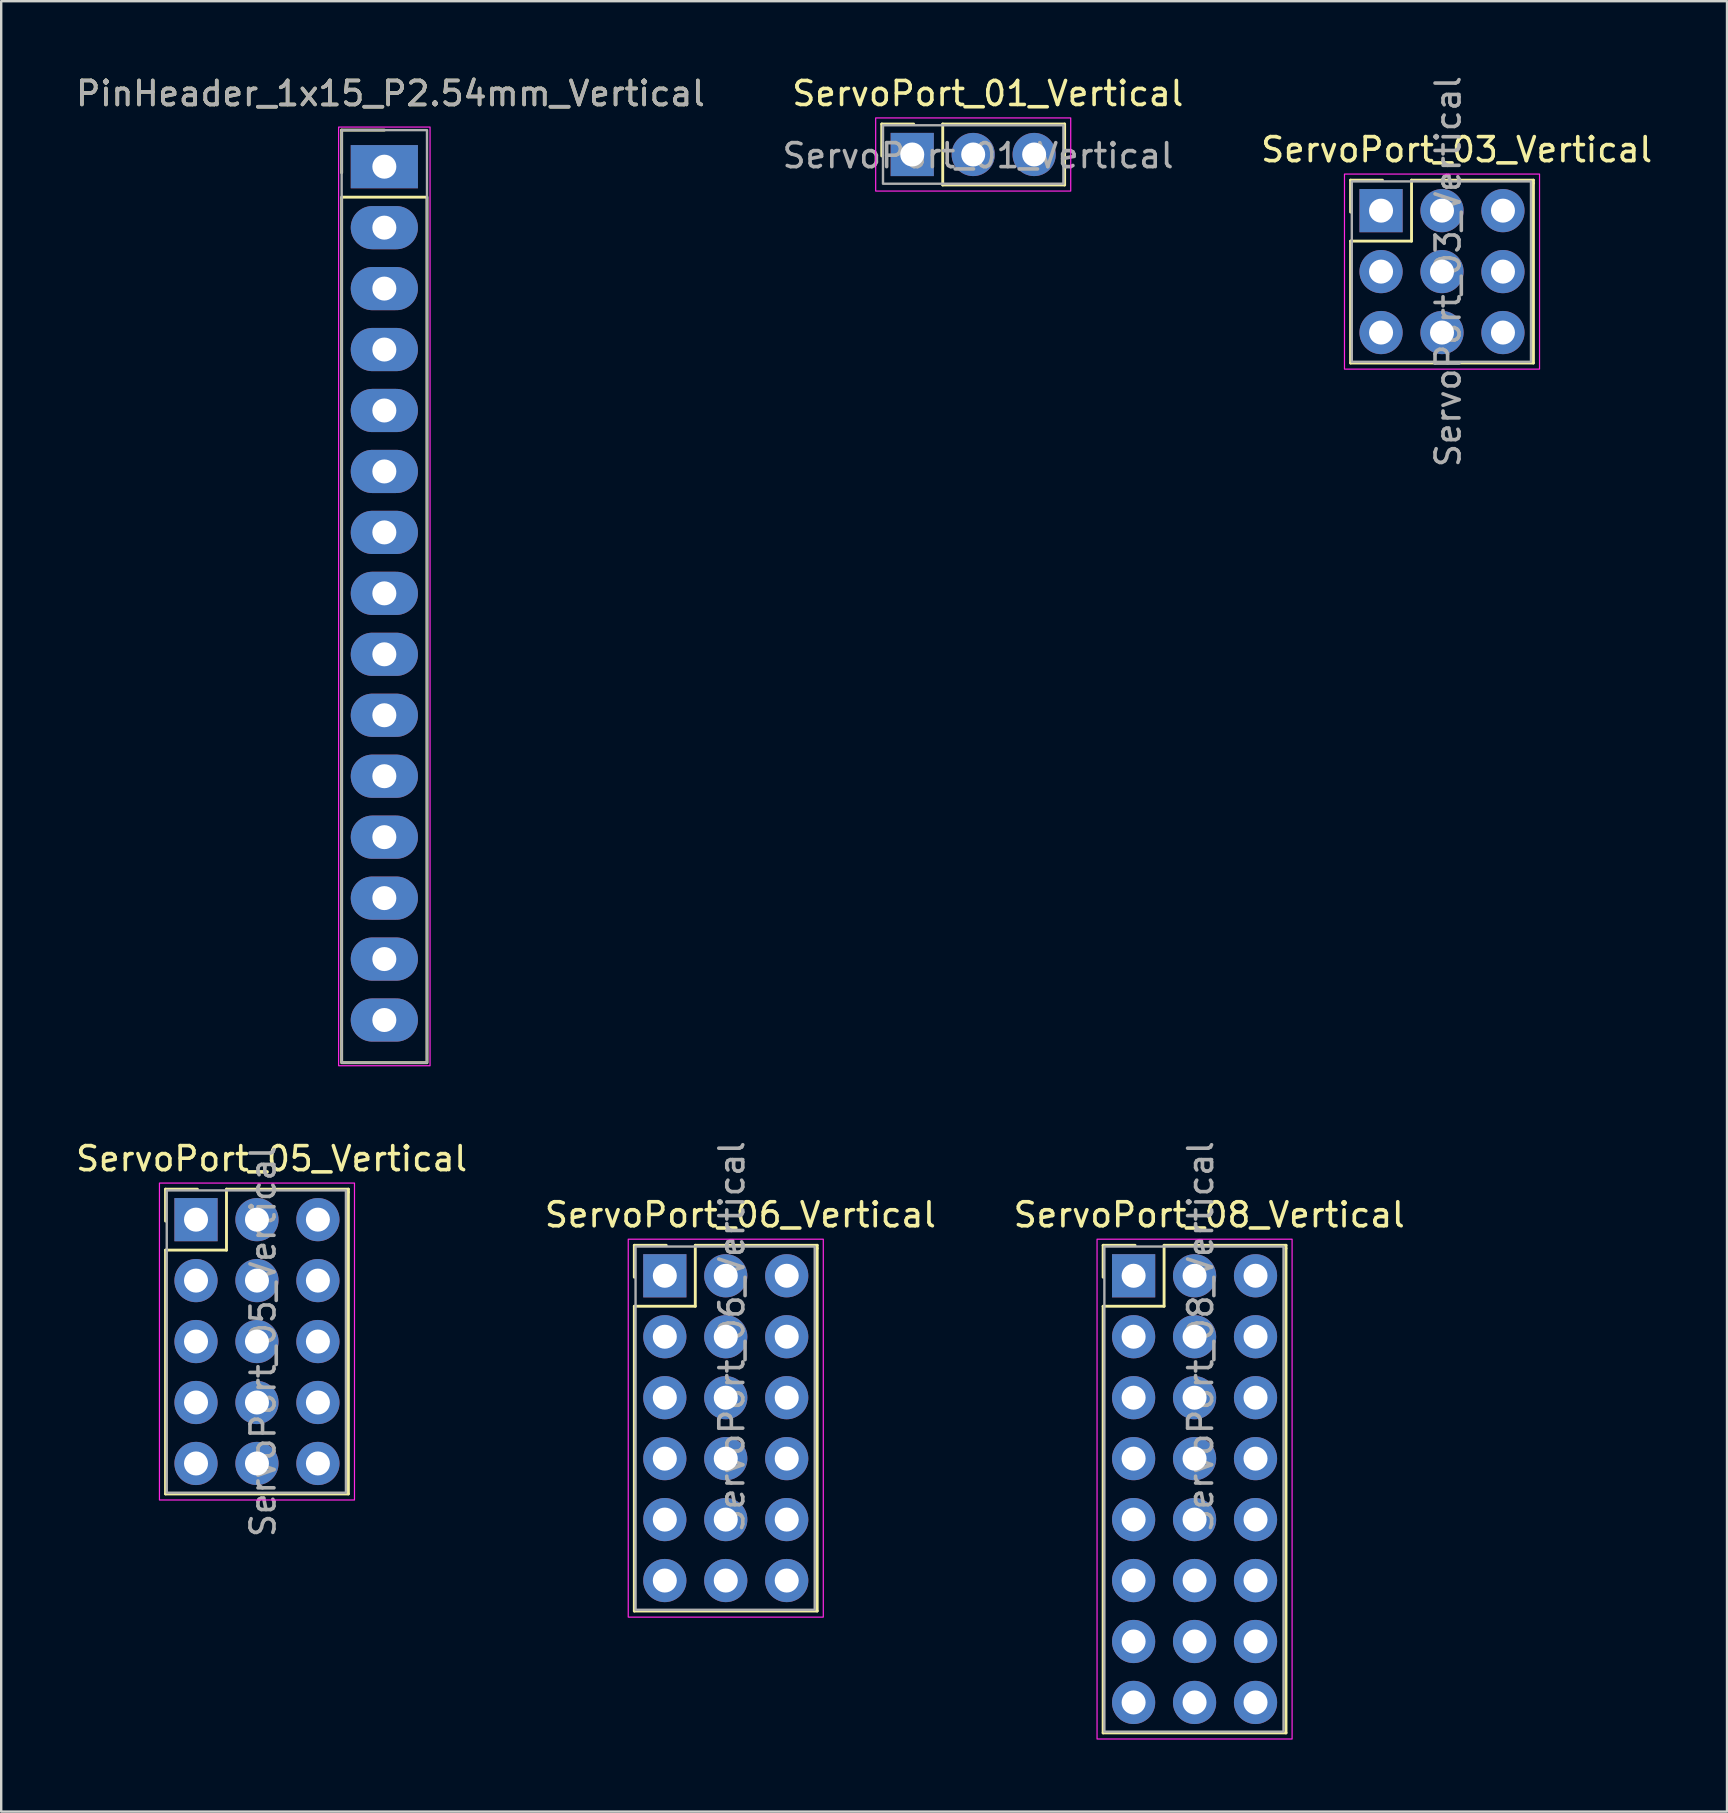
<source format=kicad_pcb>
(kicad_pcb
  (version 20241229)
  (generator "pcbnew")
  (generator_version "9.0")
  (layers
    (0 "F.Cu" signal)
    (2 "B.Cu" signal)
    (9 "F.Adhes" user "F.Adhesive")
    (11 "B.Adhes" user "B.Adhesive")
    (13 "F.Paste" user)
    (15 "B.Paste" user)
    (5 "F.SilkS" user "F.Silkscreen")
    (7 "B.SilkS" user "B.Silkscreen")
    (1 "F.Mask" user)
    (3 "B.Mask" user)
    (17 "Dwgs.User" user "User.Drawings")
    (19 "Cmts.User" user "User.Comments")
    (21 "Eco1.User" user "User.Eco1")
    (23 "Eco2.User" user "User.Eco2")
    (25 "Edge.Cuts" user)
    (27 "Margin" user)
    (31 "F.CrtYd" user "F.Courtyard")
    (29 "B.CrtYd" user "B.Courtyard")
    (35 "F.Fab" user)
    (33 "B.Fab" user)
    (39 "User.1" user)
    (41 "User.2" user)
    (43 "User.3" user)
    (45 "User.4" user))
  (footprint "ServoPort_01_Vertical"
    (layer "F.Cu")
    (at 34.965 3.388)
    (property "Reference" "ServoPort_01_Vertical" (at 3.15 -2.54 0) (unlocked yes) (layer "F.SilkS") (effects (font (size 1 1) (thickness 0.15))))
    (attr through_hole)
    (fp_line (start -1.27 -1.27) (end 0.06 -1.27) (stroke (width 0.12) (type solid)) (layer "F.SilkS"))
    (fp_line (start -1.27 0.06) (end -1.27 -1.27) (stroke (width 0.12) (type solid)) (layer "F.SilkS"))
    (fp_line (start 1.27 -1.27) (end 1.27 1.27) (stroke (width 0.12) (type solid)) (layer "F.SilkS"))
    (fp_line (start 1.27 1.27) (end 6.35 1.27) (stroke (width 0.12) (type solid)) (layer "F.SilkS"))
    (fp_line (start 6.35 -1.27) (end 1.27 -1.27) (stroke (width 0.12) (type solid)) (layer "F.SilkS"))
    (fp_line (start 6.35 -1.143) (end 6.35 -1.27) (stroke (width 0.12) (type solid)) (layer "F.SilkS"))
    (fp_line (start 6.35 -1.143) (end 6.35 1.27) (stroke (width 0.12) (type solid)) (layer "F.SilkS"))
    (fp_rect (start -1.524 -1.524) (end 6.604 1.524) (stroke (width 0.05) (type solid)) (fill no) (layer "F.CrtYd"))
    (fp_rect (start -1.219 -1.219) (end 6.299 1.219) (stroke (width 0.1) (type solid)) (fill no) (layer "F.Fab"))
    (fp_text user "${REFERENCE}" (at 2.743 0.051 0) (unlocked yes) (layer "F.Fab") (effects (font (size 1 1) (thickness 0.15))))
    (pad "1" thru_hole rect (at 0 0) (size 1.8 1.8) (drill 1) (layers "*.Cu" "*.Mask"))
    (pad "GND" thru_hole circle (at 5.08 0) (size 1.8 1.8) (drill 1) (layers "*.Cu" "*.Mask"))
    (pad "VCC" thru_hole circle (at 2.54 0) (size 1.8 1.8) (drill 1) (layers "*.Cu" "*.Mask")))
  (footprint "ServoPort_05_Vertical"
    (layer "F.Cu")
    (at 5.118 47.775)
    (property "Reference" "ServoPort_05_Vertical" (at 3.15 -2.54 0) (unlocked yes) (layer "F.SilkS") (effects (font (size 1 1) (thickness 0.15))))
    (attr through_hole)
    (fp_line (start -1.27 -1.27) (end 0.06 -1.27) (stroke (width 0.12) (type solid)) (layer "F.SilkS"))
    (fp_line (start -1.27 0.06) (end -1.27 -1.27) (stroke (width 0.12) (type solid)) (layer "F.SilkS"))
    (fp_line (start -1.27 1.27) (end -1.27 11.43) (stroke (width 0.12) (type solid)) (layer "F.SilkS"))
    (fp_line (start -1.27 11.43) (end 6.35 11.43) (stroke (width 0.12) (type solid)) (layer "F.SilkS"))
    (fp_line (start 1.27 -1.27) (end 1.27 1.27) (stroke (width 0.12) (type solid)) (layer "F.SilkS"))
    (fp_line (start 1.27 1.27) (end -1.27 1.27) (stroke (width 0.12) (type solid)) (layer "F.SilkS"))
    (fp_line (start 6.35 -1.27) (end 1.27 -1.27) (stroke (width 0.12) (type solid)) (layer "F.SilkS"))
    (fp_line (start 6.35 -1.143) (end 6.35 -1.27) (stroke (width 0.12) (type solid)) (layer "F.SilkS"))
    (fp_line (start 6.35 11.43) (end 6.35 -1.143) (stroke (width 0.12) (type solid)) (layer "F.SilkS"))
    (fp_rect (start -1.524 -1.524) (end 6.604 11.684) (stroke (width 0.05) (type solid)) (fill no) (layer "F.CrtYd"))
    (fp_rect (start -1.219 -1.219) (end 6.248 11.379) (stroke (width 0.1) (type solid)) (fill no) (layer "F.Fab"))
    (fp_text user "${REFERENCE}" (at 2.794 5.08 90) (unlocked yes) (layer "F.Fab") (effects (font (size 1 1) (thickness 0.15))))
    (pad "1" thru_hole rect (at 0 0) (size 1.8 1.8) (drill 1) (layers "*.Cu" "*.Mask"))
    (pad "2" thru_hole circle (at 0 2.54) (size 1.8 1.8) (drill 1) (layers "*.Cu" "*.Mask"))
    (pad "3" thru_hole circle (at 0 5.08) (size 1.8 1.8) (drill 1) (layers "*.Cu" "*.Mask"))
    (pad "4" thru_hole circle (at 0 7.62) (size 1.8 1.8) (drill 1) (layers "*.Cu" "*.Mask"))
    (pad "5" thru_hole circle (at 0 10.16) (size 1.8 1.8) (drill 1) (layers "*.Cu" "*.Mask"))
    (pad "GND" thru_hole circle (at 5.08 0) (size 1.8 1.8) (drill 1) (layers "*.Cu" "*.Mask"))
    (pad "GND" thru_hole circle (at 5.08 2.54) (size 1.8 1.8) (drill 1) (layers "*.Cu" "*.Mask"))
    (pad "GND" thru_hole circle (at 5.08 5.08) (size 1.8 1.8) (drill 1) (layers "*.Cu" "*.Mask"))
    (pad "GND" thru_hole circle (at 5.08 7.62) (size 1.8 1.8) (drill 1) (layers "*.Cu" "*.Mask"))
    (pad "GND" thru_hole circle (at 5.08 10.16) (size 1.8 1.8) (drill 1) (layers "*.Cu" "*.Mask"))
    (pad "VCC" thru_hole circle (at 2.54 0) (size 1.8 1.8) (drill 1) (layers "*.Cu" "*.Mask"))
    (pad "VCC" thru_hole circle (at 2.54 2.54) (size 1.8 1.8) (drill 1) (layers "*.Cu" "*.Mask"))
    (pad "VCC" thru_hole circle (at 2.54 5.08) (size 1.8 1.8) (drill 1) (layers "*.Cu" "*.Mask"))
    (pad "VCC" thru_hole circle (at 2.54 7.62) (size 1.8 1.8) (drill 1) (layers "*.Cu" "*.Mask"))
    (pad "VCC" thru_hole circle (at 2.54 10.16) (size 1.8 1.8) (drill 1) (layers "*.Cu" "*.Mask")))
  (footprint "ServoPort_03_Vertical"
    (layer "F.Cu")
    (at 54.501 5.728)
    (property "Reference" "ServoPort_03_Vertical" (at 3.15 -2.54 0) (unlocked yes) (layer "F.SilkS") (effects (font (size 1 1) (thickness 0.15))))
    (attr through_hole)
    (fp_line (start -1.27 -1.27) (end 0.06 -1.27) (stroke (width 0.12) (type solid)) (layer "F.SilkS"))
    (fp_line (start -1.27 0.06) (end -1.27 -1.27) (stroke (width 0.12) (type solid)) (layer "F.SilkS"))
    (fp_line (start -1.27 1.27) (end -1.27 6.35) (stroke (width 0.12) (type solid)) (layer "F.SilkS"))
    (fp_line (start -1.27 6.35) (end 6.35 6.35) (stroke (width 0.12) (type solid)) (layer "F.SilkS"))
    (fp_line (start 1.27 -1.27) (end 1.27 1.27) (stroke (width 0.12) (type solid)) (layer "F.SilkS"))
    (fp_line (start 1.27 1.27) (end -1.27 1.27) (stroke (width 0.12) (type solid)) (layer "F.SilkS"))
    (fp_line (start 6.35 -1.27) (end 1.27 -1.27) (stroke (width 0.12) (type solid)) (layer "F.SilkS"))
    (fp_line (start 6.35 -1.143) (end 6.35 -1.27) (stroke (width 0.12) (type solid)) (layer "F.SilkS"))
    (fp_line (start 6.35 6.35) (end 6.35 -1.143) (stroke (width 0.12) (type solid)) (layer "F.SilkS"))
    (fp_rect (start -1.524 -1.524) (end 6.604 6.604) (stroke (width 0.05) (type solid)) (fill no) (layer "F.CrtYd"))
    (fp_rect (start -1.219 -1.219) (end 6.248 6.299) (stroke (width 0.1) (type solid)) (fill no) (layer "F.Fab"))
    (fp_text user "${REFERENCE}" (at 2.794 2.54 90) (unlocked yes) (layer "F.Fab") (effects (font (size 1 1) (thickness 0.15))))
    (pad "1" thru_hole rect (at 0 0) (size 1.8 1.8) (drill 1) (layers "*.Cu" "*.Mask"))
    (pad "2" thru_hole circle (at 0 2.54) (size 1.8 1.8) (drill 1) (layers "*.Cu" "*.Mask"))
    (pad "3" thru_hole circle (at 0 5.08) (size 1.8 1.8) (drill 1) (layers "*.Cu" "*.Mask"))
    (pad "GND" thru_hole circle (at 5.08 0) (size 1.8 1.8) (drill 1) (layers "*.Cu" "*.Mask"))
    (pad "GND" thru_hole circle (at 5.08 2.54) (size 1.8 1.8) (drill 1) (layers "*.Cu" "*.Mask"))
    (pad "GND" thru_hole circle (at 5.08 5.08) (size 1.8 1.8) (drill 1) (layers "*.Cu" "*.Mask"))
    (pad "VCC" thru_hole circle (at 2.54 0) (size 1.8 1.8) (drill 1) (layers "*.Cu" "*.Mask"))
    (pad "VCC" thru_hole circle (at 2.54 2.54) (size 1.8 1.8) (drill 1) (layers "*.Cu" "*.Mask"))
    (pad "VCC" thru_hole circle (at 2.54 5.08) (size 1.8 1.8) (drill 1) (layers "*.Cu" "*.Mask")))
  (footprint "PinHeader_1x15_P2.54mm_Vertical"
    (layer "F.Cu")
    (at 12.966 3.896)
    (property "Reference" "PinHeader_1x15_P2.54mm_Vertical" (at 0.254 -3.048 0) (unlocked yes) (layer "F.SilkS") (effects (font (size 1 1) (thickness 0.15))))
    (attr through_hole)
    (fp_line (start -1.778 -1.524) (end 0 -1.524) (stroke (width 0.12) (type solid)) (layer "F.SilkS"))
    (fp_line (start -1.778 0.254) (end -1.778 -1.524) (stroke (width 0.12) (type solid)) (layer "F.SilkS"))
    (fp_rect (start -1.778 1.27) (end 1.778 37.338) (stroke (width 0.12) (type solid)) (fill no) (layer "F.SilkS"))
    (fp_rect (start -1.905 -1.651) (end 1.905 37.465) (stroke (width 0.05) (type solid)) (fill no) (layer "F.CrtYd"))
    (fp_rect (start -1.778 -1.524) (end 1.778 37.338) (stroke (width 0.1) (type solid)) (fill no) (layer "F.Fab"))
    (fp_text user "${REFERENCE}" (at 0.254 -3.048 0) (unlocked yes) (layer "F.Fab") (effects (font (size 1 1) (thickness 0.15))))
    (pad "1" thru_hole rect (at 0 0) (size 2.8 1.8) (drill 1) (layers "*.Cu" "*.Mask"))
    (pad "2" thru_hole oval (at 0 2.54) (size 2.8 1.8) (drill 1) (layers "*.Cu" "*.Mask"))
    (pad "3" thru_hole oval (at 0 5.08) (size 2.8 1.8) (drill 1) (layers "*.Cu" "*.Mask"))
    (pad "4" thru_hole oval (at 0 7.62) (size 2.8 1.8) (drill 1) (layers "*.Cu" "*.Mask"))
    (pad "5" thru_hole oval (at 0 10.16) (size 2.8 1.8) (drill 1) (layers "*.Cu" "*.Mask"))
    (pad "6" thru_hole oval (at 0 12.7) (size 2.8 1.8) (drill 1) (layers "*.Cu" "*.Mask"))
    (pad "7" thru_hole oval (at 0 15.24) (size 2.8 1.8) (drill 1) (layers "*.Cu" "*.Mask"))
    (pad "8" thru_hole oval (at 0 17.78) (size 2.8 1.8) (drill 1) (layers "*.Cu" "*.Mask"))
    (pad "9" thru_hole oval (at 0 20.32) (size 2.8 1.8) (drill 1) (layers "*.Cu" "*.Mask"))
    (pad "10" thru_hole oval (at 0 22.86) (size 2.8 1.8) (drill 1) (layers "*.Cu" "*.Mask"))
    (pad "11" thru_hole oval (at 0 25.4) (size 2.8 1.8) (drill 1) (layers "*.Cu" "*.Mask"))
    (pad "12" thru_hole oval (at 0 27.94) (size 2.8 1.8) (drill 1) (layers "*.Cu" "*.Mask"))
    (pad "13" thru_hole oval (at 0 30.48) (size 2.8 1.8) (drill 1) (layers "*.Cu" "*.Mask"))
    (pad "14" thru_hole oval (at 0 33.02) (size 2.8 1.8) (drill 1) (layers "*.Cu" "*.Mask"))
    (pad "15" thru_hole oval (at 0 35.56) (size 2.8 1.8) (drill 1) (layers "*.Cu" "*.Mask")))
  (footprint "ServoPort_06_Vertical"
    (layer "F.Cu")
    (at 24.654 50.114)
    (property "Reference" "ServoPort_06_Vertical" (at 3.15 -2.54 0) (unlocked yes) (layer "F.SilkS") (effects (font (size 1 1) (thickness 0.15))))
    (attr through_hole)
    (fp_line (start -1.27 -1.27) (end 0.06 -1.27) (stroke (width 0.12) (type solid)) (layer "F.SilkS"))
    (fp_line (start -1.27 0.06) (end -1.27 -1.27) (stroke (width 0.12) (type solid)) (layer "F.SilkS"))
    (fp_line (start -1.27 1.27) (end -1.27 13.97) (stroke (width 0.12) (type solid)) (layer "F.SilkS"))
    (fp_line (start -1.27 13.97) (end 6.35 13.97) (stroke (width 0.12) (type solid)) (layer "F.SilkS"))
    (fp_line (start 1.27 -1.27) (end 1.27 1.27) (stroke (width 0.12) (type solid)) (layer "F.SilkS"))
    (fp_line (start 1.27 1.27) (end -1.27 1.27) (stroke (width 0.12) (type solid)) (layer "F.SilkS"))
    (fp_line (start 6.35 -1.27) (end 1.27 -1.27) (stroke (width 0.12) (type solid)) (layer "F.SilkS"))
    (fp_line (start 6.35 -1.143) (end 6.35 -1.27) (stroke (width 0.12) (type solid)) (layer "F.SilkS"))
    (fp_line (start 6.35 13.97) (end 6.35 -1.143) (stroke (width 0.12) (type solid)) (layer "F.SilkS"))
    (fp_rect (start -1.524 -1.524) (end 6.604 14.224) (stroke (width 0.05) (type solid)) (fill no) (layer "F.CrtYd"))
    (fp_rect (start -1.219 -1.219) (end 6.248 13.919) (stroke (width 0.1) (type solid)) (fill no) (layer "F.Fab"))
    (fp_text user "${REFERENCE}" (at 2.794 2.54 90) (unlocked yes) (layer "F.Fab") (effects (font (size 1 1) (thickness 0.15))))
    (pad "1" thru_hole rect (at 0 0) (size 1.8 1.8) (drill 1) (layers "*.Cu" "*.Mask"))
    (pad "2" thru_hole circle (at 0 2.54) (size 1.8 1.8) (drill 1) (layers "*.Cu" "*.Mask"))
    (pad "3" thru_hole circle (at 0 5.08) (size 1.8 1.8) (drill 1) (layers "*.Cu" "*.Mask"))
    (pad "4" thru_hole circle (at 0 7.62) (size 1.8 1.8) (drill 1) (layers "*.Cu" "*.Mask"))
    (pad "5" thru_hole circle (at 0 10.16) (size 1.8 1.8) (drill 1) (layers "*.Cu" "*.Mask"))
    (pad "6" thru_hole circle (at 0 12.7) (size 1.8 1.8) (drill 1) (layers "*.Cu" "*.Mask"))
    (pad "GND" thru_hole circle (at 5.08 0) (size 1.8 1.8) (drill 1) (layers "*.Cu" "*.Mask"))
    (pad "GND" thru_hole circle (at 5.08 2.54) (size 1.8 1.8) (drill 1) (layers "*.Cu" "*.Mask"))
    (pad "GND" thru_hole circle (at 5.08 5.08) (size 1.8 1.8) (drill 1) (layers "*.Cu" "*.Mask"))
    (pad "GND" thru_hole circle (at 5.08 7.62) (size 1.8 1.8) (drill 1) (layers "*.Cu" "*.Mask"))
    (pad "GND" thru_hole circle (at 5.08 10.16) (size 1.8 1.8) (drill 1) (layers "*.Cu" "*.Mask"))
    (pad "GND" thru_hole circle (at 5.08 12.7) (size 1.8 1.8) (drill 1) (layers "*.Cu" "*.Mask"))
    (pad "VCC" thru_hole circle (at 2.54 0) (size 1.8 1.8) (drill 1) (layers "*.Cu" "*.Mask"))
    (pad "VCC" thru_hole circle (at 2.54 2.54) (size 1.8 1.8) (drill 1) (layers "*.Cu" "*.Mask"))
    (pad "VCC" thru_hole circle (at 2.54 5.08) (size 1.8 1.8) (drill 1) (layers "*.Cu" "*.Mask"))
    (pad "VCC" thru_hole circle (at 2.54 7.62) (size 1.8 1.8) (drill 1) (layers "*.Cu" "*.Mask"))
    (pad "VCC" thru_hole circle (at 2.54 10.16) (size 1.8 1.8) (drill 1) (layers "*.Cu" "*.Mask"))
    (pad "VCC" thru_hole circle (at 2.54 12.7) (size 1.8 1.8) (drill 1) (layers "*.Cu" "*.Mask")))
  (footprint "ServoPort_08_Vertical"
    (layer "F.Cu")
    (at 44.19 50.114)
    (property "Reference" "ServoPort_08_Vertical" (at 3.15 -2.54 0) (unlocked yes) (layer "F.SilkS") (effects (font (size 1 1) (thickness 0.15))))
    (attr through_hole)
    (fp_line (start -1.27 -1.27) (end 0.06 -1.27) (stroke (width 0.12) (type solid)) (layer "F.SilkS"))
    (fp_line (start -1.27 0.06) (end -1.27 -1.27) (stroke (width 0.12) (type solid)) (layer "F.SilkS"))
    (fp_line (start -1.27 1.27) (end -1.27 19.05) (stroke (width 0.12) (type solid)) (layer "F.SilkS"))
    (fp_line (start -1.27 19.05) (end 6.35 19.05) (stroke (width 0.12) (type solid)) (layer "F.SilkS"))
    (fp_line (start 1.27 -1.27) (end 1.27 1.27) (stroke (width 0.12) (type solid)) (layer "F.SilkS"))
    (fp_line (start 1.27 1.27) (end -1.27 1.27) (stroke (width 0.12) (type solid)) (layer "F.SilkS"))
    (fp_line (start 6.35 -1.27) (end 1.27 -1.27) (stroke (width 0.12) (type solid)) (layer "F.SilkS"))
    (fp_line (start 6.35 -1.143) (end 6.35 -1.27) (stroke (width 0.12) (type solid)) (layer "F.SilkS"))
    (fp_line (start 6.35 19.05) (end 6.35 -1.143) (stroke (width 0.12) (type solid)) (layer "F.SilkS"))
    (fp_rect (start -1.524 -1.524) (end 6.604 19.304) (stroke (width 0.05) (type solid)) (fill no) (layer "F.CrtYd"))
    (fp_rect (start -1.219 -1.219) (end 6.248 18.999) (stroke (width 0.1) (type solid)) (fill no) (layer "F.Fab"))
    (fp_text user "${REFERENCE}" (at 2.794 2.54 90) (unlocked yes) (layer "F.Fab") (effects (font (size 1 1) (thickness 0.15))))
    (pad "1" thru_hole rect (at 0 0) (size 1.8 1.8) (drill 1) (layers "*.Cu" "*.Mask"))
    (pad "2" thru_hole circle (at 0 2.54) (size 1.8 1.8) (drill 1) (layers "*.Cu" "*.Mask"))
    (pad "3" thru_hole circle (at 0 5.08) (size 1.8 1.8) (drill 1) (layers "*.Cu" "*.Mask"))
    (pad "4" thru_hole circle (at 0 7.62) (size 1.8 1.8) (drill 1) (layers "*.Cu" "*.Mask"))
    (pad "5" thru_hole circle (at 0 10.16) (size 1.8 1.8) (drill 1) (layers "*.Cu" "*.Mask"))
    (pad "6" thru_hole circle (at 0 12.7) (size 1.8 1.8) (drill 1) (layers "*.Cu" "*.Mask"))
    (pad "7" thru_hole circle (at 0 15.24) (size 1.8 1.8) (drill 1) (layers "*.Cu" "*.Mask"))
    (pad "8" thru_hole circle (at 0 17.78) (size 1.8 1.8) (drill 1) (layers "*.Cu" "*.Mask"))
    (pad "GND" thru_hole circle (at 5.08 0) (size 1.8 1.8) (drill 1) (layers "*.Cu" "*.Mask"))
    (pad "GND" thru_hole circle (at 5.08 2.54) (size 1.8 1.8) (drill 1) (layers "*.Cu" "*.Mask"))
    (pad "GND" thru_hole circle (at 5.08 5.08) (size 1.8 1.8) (drill 1) (layers "*.Cu" "*.Mask"))
    (pad "GND" thru_hole circle (at 5.08 7.62) (size 1.8 1.8) (drill 1) (layers "*.Cu" "*.Mask"))
    (pad "GND" thru_hole circle (at 5.08 10.16) (size 1.8 1.8) (drill 1) (layers "*.Cu" "*.Mask"))
    (pad "GND" thru_hole circle (at 5.08 12.7) (size 1.8 1.8) (drill 1) (layers "*.Cu" "*.Mask"))
    (pad "GND" thru_hole circle (at 5.08 15.24) (size 1.8 1.8) (drill 1) (layers "*.Cu" "*.Mask"))
    (pad "GND" thru_hole circle (at 5.08 17.78) (size 1.8 1.8) (drill 1) (layers "*.Cu" "*.Mask"))
    (pad "VCC" thru_hole circle (at 2.54 0) (size 1.8 1.8) (drill 1) (layers "*.Cu" "*.Mask"))
    (pad "VCC" thru_hole circle (at 2.54 2.54) (size 1.8 1.8) (drill 1) (layers "*.Cu" "*.Mask"))
    (pad "VCC" thru_hole circle (at 2.54 5.08) (size 1.8 1.8) (drill 1) (layers "*.Cu" "*.Mask"))
    (pad "VCC" thru_hole circle (at 2.54 7.62) (size 1.8 1.8) (drill 1) (layers "*.Cu" "*.Mask"))
    (pad "VCC" thru_hole circle (at 2.54 10.16) (size 1.8 1.8) (drill 1) (layers "*.Cu" "*.Mask"))
    (pad "VCC" thru_hole circle (at 2.54 12.7) (size 1.8 1.8) (drill 1) (layers "*.Cu" "*.Mask"))
    (pad "VCC" thru_hole circle (at 2.54 15.24) (size 1.8 1.8) (drill 1) (layers "*.Cu" "*.Mask"))
    (pad "VCC" thru_hole circle (at 2.54 17.78) (size 1.8 1.8) (drill 1) (layers "*.Cu" "*.Mask")))
  (gr_rect
    (start -3 -3)
    (end 68.918 72.443)
    (stroke (width 0.1) (type default))
    (fill no)
    (layer "Edge.Cuts")))
</source>
